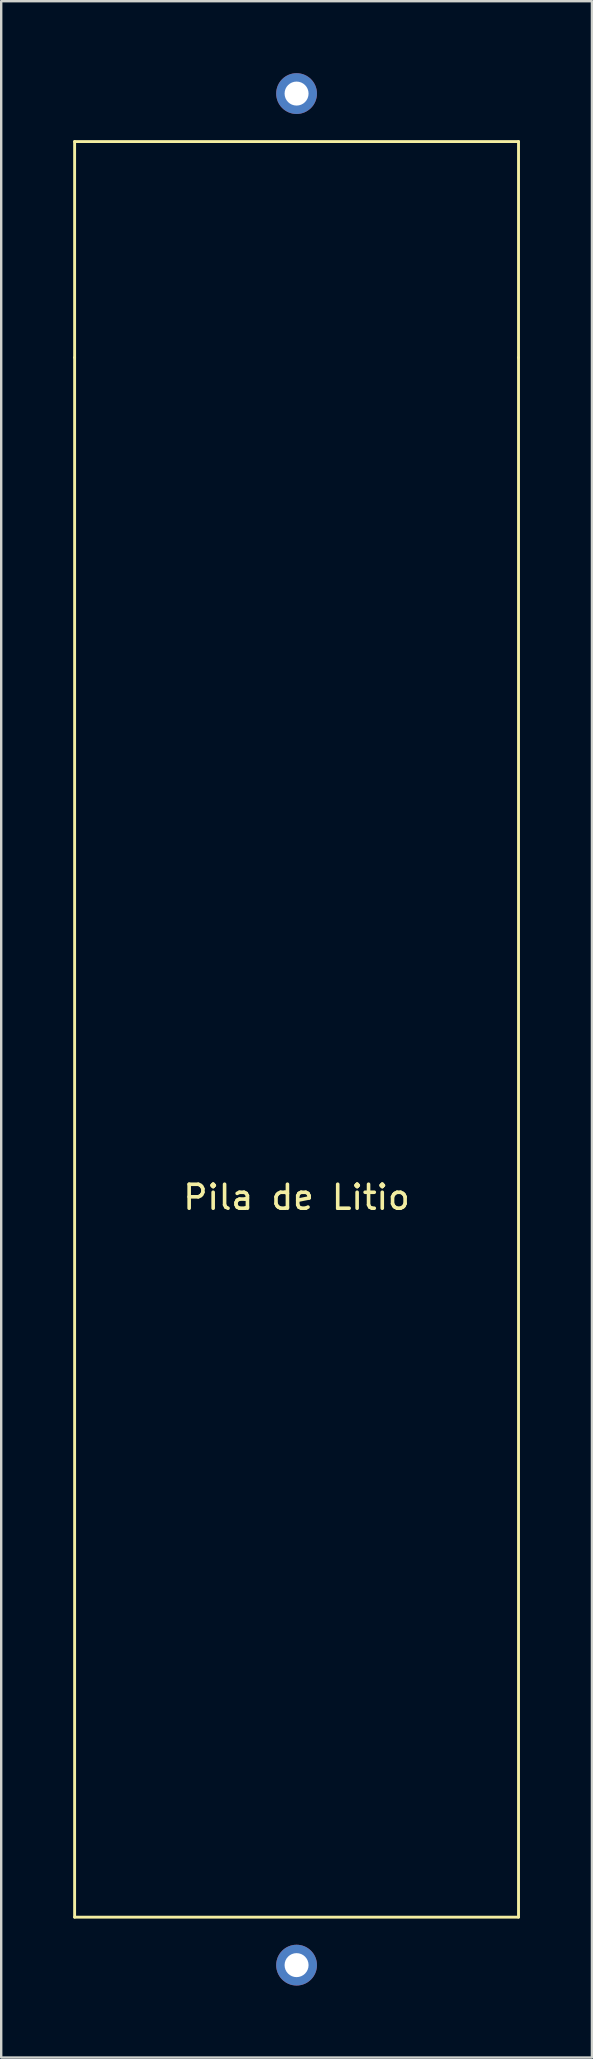
<source format=kicad_pcb>
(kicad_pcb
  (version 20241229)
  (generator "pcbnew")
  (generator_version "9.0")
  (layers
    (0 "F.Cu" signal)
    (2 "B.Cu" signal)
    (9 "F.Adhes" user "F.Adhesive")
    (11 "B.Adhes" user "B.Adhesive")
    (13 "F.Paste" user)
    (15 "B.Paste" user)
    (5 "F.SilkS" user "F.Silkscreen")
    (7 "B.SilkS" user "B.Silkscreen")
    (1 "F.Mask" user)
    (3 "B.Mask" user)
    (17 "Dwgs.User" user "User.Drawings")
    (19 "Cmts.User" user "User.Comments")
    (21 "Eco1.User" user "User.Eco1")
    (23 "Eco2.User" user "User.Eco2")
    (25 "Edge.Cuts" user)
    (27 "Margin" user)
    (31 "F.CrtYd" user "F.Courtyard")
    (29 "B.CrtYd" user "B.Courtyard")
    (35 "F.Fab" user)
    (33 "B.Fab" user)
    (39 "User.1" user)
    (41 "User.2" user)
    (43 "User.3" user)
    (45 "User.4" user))
  (footprint "Pila de Litio"
    (layer "F.Cu")
    (at 9.31 78.85)
    (property "Reference" "Pila de Litio" (at 0 -32 0) (layer "F.SilkS") (effects (font (size 1 1) (thickness 0.15))))
    (attr through_hole)
    (fp_line (start -9.25 -76) (end 9.25 -76) (stroke (width 0.12) (type solid)) (layer "F.SilkS"))
    (fp_line (start -9.25 -67) (end -9.25 -76) (stroke (width 0.12) (type solid)) (layer "F.SilkS"))
    (fp_line (start -9.25 -67) (end -9.25 -2) (stroke (width 0.12) (type solid)) (layer "F.SilkS"))
    (fp_line (start -9.25 -2) (end 9.25 -2) (stroke (width 0.12) (type solid)) (layer "F.SilkS"))
    (fp_line (start 9.25 -76) (end 9.25 -67) (stroke (width 0.12) (type solid)) (layer "F.SilkS"))
    (fp_line (start 9.25 -2) (end 9.25 -67) (stroke (width 0.12) (type solid)) (layer "F.SilkS"))
    (pad "1" thru_hole circle (at 0 -78) (size 1.7 1.7) (drill 1) (layers "*.Cu" "*.Mask"))
    (pad "2" thru_hole circle (at 0 0) (size 1.7 1.7) (drill 1) (layers "*.Cu" "*.Mask")))
  (gr_rect
    (start -3 -3)
    (end 21.62 82.7)
    (stroke (width 0.1) (type default))
    (fill no)
    (layer "Edge.Cuts")))
</source>
